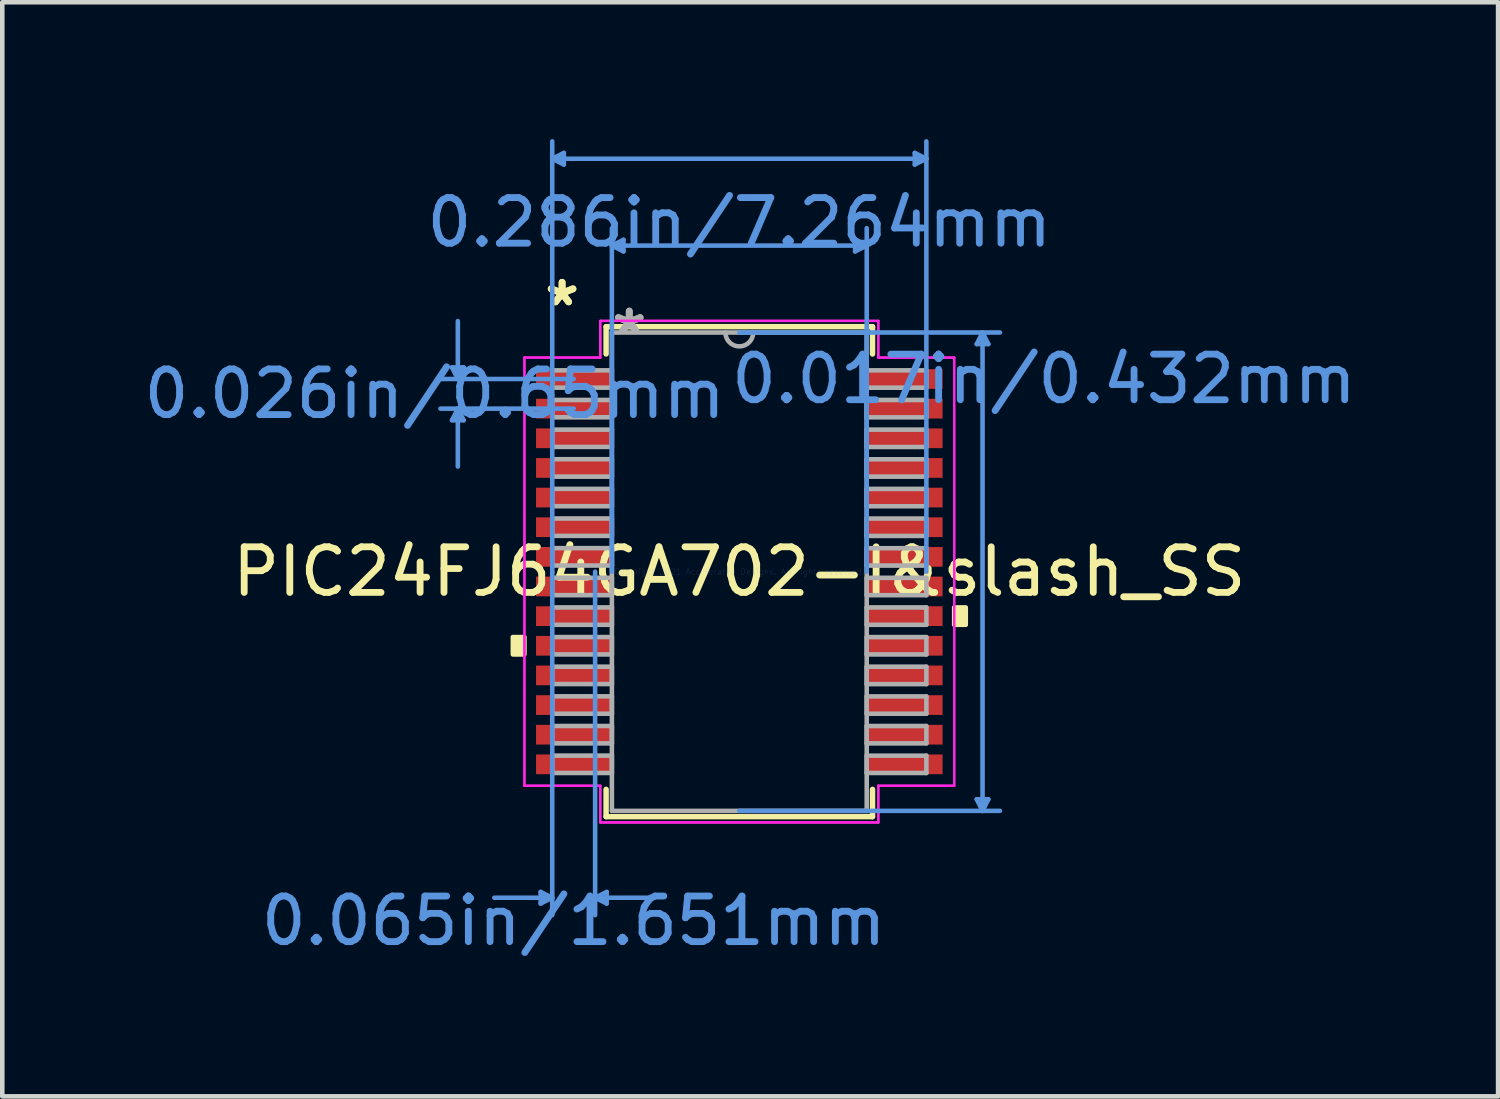
<source format=kicad_pcb>
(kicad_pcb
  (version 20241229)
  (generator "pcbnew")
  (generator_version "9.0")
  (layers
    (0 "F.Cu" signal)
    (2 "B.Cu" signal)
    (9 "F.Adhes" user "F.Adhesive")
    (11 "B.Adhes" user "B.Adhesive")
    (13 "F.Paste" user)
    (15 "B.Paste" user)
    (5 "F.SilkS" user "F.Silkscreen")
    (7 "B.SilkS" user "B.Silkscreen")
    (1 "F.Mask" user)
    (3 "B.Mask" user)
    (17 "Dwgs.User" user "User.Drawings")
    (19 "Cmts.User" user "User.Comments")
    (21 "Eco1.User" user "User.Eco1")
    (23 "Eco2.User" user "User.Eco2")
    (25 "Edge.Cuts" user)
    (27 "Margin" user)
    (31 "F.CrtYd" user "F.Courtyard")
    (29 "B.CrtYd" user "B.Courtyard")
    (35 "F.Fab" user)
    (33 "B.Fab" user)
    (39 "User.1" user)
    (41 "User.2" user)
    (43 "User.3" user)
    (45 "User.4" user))
  (footprint "PIC24FJ64GA702-I&slash_SS"
    (layer "F.Cu")
    (at 13.162 9.486)
    (property "Reference" "PIC24FJ64GA702-I&slash_SS" (at 0 0 0) (layer "F.SilkS") (effects (font (size 1 1) (thickness 0.15))))
    (attr through_hole)
    (fp_line (start -2.921 -5.372) (end -2.921 -4.774) (stroke (width 0.12) (type solid)) (layer "F.SilkS"))
    (fp_line (start -2.921 4.774) (end -2.921 5.372) (stroke (width 0.12) (type solid)) (layer "F.SilkS"))
    (fp_line (start -2.921 5.372) (end 2.921 5.372) (stroke (width 0.12) (type solid)) (layer "F.SilkS"))
    (fp_line (start 2.921 -5.372) (end -2.921 -5.372) (stroke (width 0.12) (type solid)) (layer "F.SilkS"))
    (fp_line (start 2.921 -4.774) (end 2.921 -5.372) (stroke (width 0.12) (type solid)) (layer "F.SilkS"))
    (fp_line (start 2.921 5.372) (end 2.921 4.774) (stroke (width 0.12) (type solid)) (layer "F.SilkS"))
    (fp_poly (pts (xy -4.966 1.434) (xy -4.966 1.815) (xy -4.712 1.815) (xy -4.712 1.434)) (stroke (width 0.1) (type solid)) (fill yes) (layer "F.SilkS"))
    (fp_poly (pts (xy 4.966 0.784) (xy 4.966 1.165) (xy 4.712 1.165) (xy 4.712 0.784)) (stroke (width 0.1) (type solid)) (fill yes) (layer "F.SilkS"))
    (fp_line (start -6.299 -4.479) (end -6.045 -4.479) (stroke (width 0.1) (type solid)) (layer "Cmts.User"))
    (fp_line (start -6.299 -3.321) (end -6.045 -3.321) (stroke (width 0.1) (type solid)) (layer "Cmts.User"))
    (fp_line (start -6.172 -4.225) (end -6.299 -4.479) (stroke (width 0.1) (type solid)) (layer "Cmts.User"))
    (fp_line (start -6.172 -4.225) (end -6.172 -5.495) (stroke (width 0.1) (type solid)) (layer "Cmts.User"))
    (fp_line (start -6.172 -4.225) (end -6.045 -4.479) (stroke (width 0.1) (type solid)) (layer "Cmts.User"))
    (fp_line (start -6.172 -3.575) (end -6.299 -3.321) (stroke (width 0.1) (type solid)) (layer "Cmts.User"))
    (fp_line (start -6.172 -3.575) (end -6.172 -2.305) (stroke (width 0.1) (type solid)) (layer "Cmts.User"))
    (fp_line (start -6.172 -3.575) (end -6.045 -3.321) (stroke (width 0.1) (type solid)) (layer "Cmts.User"))
    (fp_line (start -4.356 7.023) (end -4.356 7.277) (stroke (width 0.1) (type solid)) (layer "Cmts.User"))
    (fp_line (start -4.102 -9.055) (end -3.848 -9.182) (stroke (width 0.1) (type solid)) (layer "Cmts.User"))
    (fp_line (start -4.102 -9.055) (end -3.848 -8.928) (stroke (width 0.1) (type solid)) (layer "Cmts.User"))
    (fp_line (start -4.102 -9.055) (end 4.102 -9.055) (stroke (width 0.1) (type solid)) (layer "Cmts.User"))
    (fp_line (start -4.102 0) (end -4.102 -9.436) (stroke (width 0.1) (type solid)) (layer "Cmts.User"))
    (fp_line (start -4.102 0) (end -4.102 7.531) (stroke (width 0.1) (type solid)) (layer "Cmts.User"))
    (fp_line (start -4.102 7.15) (end -5.372 7.15) (stroke (width 0.1) (type solid)) (layer "Cmts.User"))
    (fp_line (start -4.102 7.15) (end -4.356 7.023) (stroke (width 0.1) (type solid)) (layer "Cmts.User"))
    (fp_line (start -4.102 7.15) (end -4.356 7.277) (stroke (width 0.1) (type solid)) (layer "Cmts.User"))
    (fp_line (start -3.848 -9.182) (end -3.848 -8.928) (stroke (width 0.1) (type solid)) (layer "Cmts.User"))
    (fp_line (start -3.632 -4.225) (end -6.553 -4.225) (stroke (width 0.1) (type solid)) (layer "Cmts.User"))
    (fp_line (start -3.632 -3.575) (end -6.553 -3.575) (stroke (width 0.1) (type solid)) (layer "Cmts.User"))
    (fp_line (start -3.162 0) (end -3.162 7.531) (stroke (width 0.1) (type solid)) (layer "Cmts.User"))
    (fp_line (start -3.162 7.15) (end -2.908 7.023) (stroke (width 0.1) (type solid)) (layer "Cmts.User"))
    (fp_line (start -3.162 7.15) (end -2.908 7.277) (stroke (width 0.1) (type solid)) (layer "Cmts.User"))
    (fp_line (start -3.162 7.15) (end -1.892 7.15) (stroke (width 0.1) (type solid)) (layer "Cmts.User"))
    (fp_line (start -2.908 7.023) (end -2.908 7.277) (stroke (width 0.1) (type solid)) (layer "Cmts.User"))
    (fp_line (start -2.794 -7.15) (end -2.54 -7.277) (stroke (width 0.1) (type solid)) (layer "Cmts.User"))
    (fp_line (start -2.794 -7.15) (end -2.54 -7.023) (stroke (width 0.1) (type solid)) (layer "Cmts.User"))
    (fp_line (start -2.794 -7.15) (end 2.794 -7.15) (stroke (width 0.1) (type solid)) (layer "Cmts.User"))
    (fp_line (start -2.794 0) (end -2.794 -7.531) (stroke (width 0.1) (type solid)) (layer "Cmts.User"))
    (fp_line (start -2.54 -7.277) (end -2.54 -7.023) (stroke (width 0.1) (type solid)) (layer "Cmts.User"))
    (fp_line (start 0 -5.245) (end 5.715 -5.245) (stroke (width 0.1) (type solid)) (layer "Cmts.User"))
    (fp_line (start 0 5.245) (end 5.715 5.245) (stroke (width 0.1) (type solid)) (layer "Cmts.User"))
    (fp_line (start 2.54 -7.277) (end 2.54 -7.023) (stroke (width 0.1) (type solid)) (layer "Cmts.User"))
    (fp_line (start 2.794 -7.15) (end 2.54 -7.277) (stroke (width 0.1) (type solid)) (layer "Cmts.User"))
    (fp_line (start 2.794 -7.15) (end 2.54 -7.023) (stroke (width 0.1) (type solid)) (layer "Cmts.User"))
    (fp_line (start 2.794 0) (end 2.794 -7.531) (stroke (width 0.1) (type solid)) (layer "Cmts.User"))
    (fp_line (start 3.848 -9.182) (end 3.848 -8.928) (stroke (width 0.1) (type solid)) (layer "Cmts.User"))
    (fp_line (start 4.102 -9.055) (end 3.848 -9.182) (stroke (width 0.1) (type solid)) (layer "Cmts.User"))
    (fp_line (start 4.102 -9.055) (end 3.848 -8.928) (stroke (width 0.1) (type solid)) (layer "Cmts.User"))
    (fp_line (start 4.102 0) (end 4.102 -9.436) (stroke (width 0.1) (type solid)) (layer "Cmts.User"))
    (fp_line (start 5.207 -4.991) (end 5.461 -4.991) (stroke (width 0.1) (type solid)) (layer "Cmts.User"))
    (fp_line (start 5.207 4.991) (end 5.461 4.991) (stroke (width 0.1) (type solid)) (layer "Cmts.User"))
    (fp_line (start 5.334 -5.245) (end 5.207 -4.991) (stroke (width 0.1) (type solid)) (layer "Cmts.User"))
    (fp_line (start 5.334 -5.245) (end 5.334 5.245) (stroke (width 0.1) (type solid)) (layer "Cmts.User"))
    (fp_line (start 5.334 -5.245) (end 5.461 -4.991) (stroke (width 0.1) (type solid)) (layer "Cmts.User"))
    (fp_line (start 5.334 5.245) (end 5.207 4.991) (stroke (width 0.1) (type solid)) (layer "Cmts.User"))
    (fp_line (start 5.334 5.245) (end 5.461 4.991) (stroke (width 0.1) (type solid)) (layer "Cmts.User"))
    (fp_line (start -4.712 -4.695) (end -3.048 -4.695) (stroke (width 0.05) (type solid)) (layer "F.CrtYd"))
    (fp_line (start -4.712 -4.695) (end -3.048 -4.695) (stroke (width 0.05) (type solid)) (layer "F.CrtYd"))
    (fp_line (start -4.712 4.695) (end -4.712 -4.695) (stroke (width 0.05) (type solid)) (layer "F.CrtYd"))
    (fp_line (start -4.712 4.695) (end -4.712 -4.695) (stroke (width 0.05) (type solid)) (layer "F.CrtYd"))
    (fp_line (start -4.712 4.695) (end -3.048 4.695) (stroke (width 0.05) (type solid)) (layer "F.CrtYd"))
    (fp_line (start -3.048 -5.499) (end 3.048 -5.499) (stroke (width 0.05) (type solid)) (layer "F.CrtYd"))
    (fp_line (start -3.048 -5.499) (end 3.048 -5.499) (stroke (width 0.05) (type solid)) (layer "F.CrtYd"))
    (fp_line (start -3.048 -4.695) (end -3.048 -5.499) (stroke (width 0.05) (type solid)) (layer "F.CrtYd"))
    (fp_line (start -3.048 -4.695) (end -3.048 -5.499) (stroke (width 0.05) (type solid)) (layer "F.CrtYd"))
    (fp_line (start -3.048 4.695) (end -4.712 4.695) (stroke (width 0.05) (type solid)) (layer "F.CrtYd"))
    (fp_line (start -3.048 5.499) (end -3.048 4.695) (stroke (width 0.05) (type solid)) (layer "F.CrtYd"))
    (fp_line (start -3.048 5.499) (end -3.048 4.695) (stroke (width 0.05) (type solid)) (layer "F.CrtYd"))
    (fp_line (start 3.048 -5.499) (end 3.048 -4.695) (stroke (width 0.05) (type solid)) (layer "F.CrtYd"))
    (fp_line (start 3.048 -5.499) (end 3.048 -4.695) (stroke (width 0.05) (type solid)) (layer "F.CrtYd"))
    (fp_line (start 3.048 -4.695) (end 4.712 -4.695) (stroke (width 0.05) (type solid)) (layer "F.CrtYd"))
    (fp_line (start 3.048 4.695) (end 3.048 5.499) (stroke (width 0.05) (type solid)) (layer "F.CrtYd"))
    (fp_line (start 3.048 4.695) (end 3.048 5.499) (stroke (width 0.05) (type solid)) (layer "F.CrtYd"))
    (fp_line (start 3.048 5.499) (end -3.048 5.499) (stroke (width 0.05) (type solid)) (layer "F.CrtYd"))
    (fp_line (start 3.048 5.499) (end -3.048 5.499) (stroke (width 0.05) (type solid)) (layer "F.CrtYd"))
    (fp_line (start 4.712 -4.695) (end 3.048 -4.695) (stroke (width 0.05) (type solid)) (layer "F.CrtYd"))
    (fp_line (start 4.712 -4.695) (end 4.712 4.695) (stroke (width 0.05) (type solid)) (layer "F.CrtYd"))
    (fp_line (start 4.712 -4.695) (end 4.712 4.695) (stroke (width 0.05) (type solid)) (layer "F.CrtYd"))
    (fp_line (start 4.712 4.695) (end 3.048 4.695) (stroke (width 0.05) (type solid)) (layer "F.CrtYd"))
    (fp_line (start 4.712 4.695) (end 3.048 4.695) (stroke (width 0.05) (type solid)) (layer "F.CrtYd"))
    (fp_line (start -4.102 -4.415) (end -4.102 -4.035) (stroke (width 0.1) (type solid)) (layer "F.Fab"))
    (fp_line (start -4.102 -4.035) (end -2.794 -4.035) (stroke (width 0.1) (type solid)) (layer "F.Fab"))
    (fp_line (start -4.102 -3.765) (end -4.102 -3.385) (stroke (width 0.1) (type solid)) (layer "F.Fab"))
    (fp_line (start -4.102 -3.385) (end -2.794 -3.385) (stroke (width 0.1) (type solid)) (layer "F.Fab"))
    (fp_line (start -4.102 -3.115) (end -4.102 -2.735) (stroke (width 0.1) (type solid)) (layer "F.Fab"))
    (fp_line (start -4.102 -2.735) (end -2.794 -2.735) (stroke (width 0.1) (type solid)) (layer "F.Fab"))
    (fp_line (start -4.102 -2.466) (end -4.102 -2.084) (stroke (width 0.1) (type solid)) (layer "F.Fab"))
    (fp_line (start -4.102 -2.084) (end -2.794 -2.084) (stroke (width 0.1) (type solid)) (layer "F.Fab"))
    (fp_line (start -4.102 -1.816) (end -4.102 -1.435) (stroke (width 0.1) (type solid)) (layer "F.Fab"))
    (fp_line (start -4.102 -1.435) (end -2.794 -1.435) (stroke (width 0.1) (type solid)) (layer "F.Fab"))
    (fp_line (start -4.102 -1.166) (end -4.102 -0.785) (stroke (width 0.1) (type solid)) (layer "F.Fab"))
    (fp_line (start -4.102 -0.785) (end -2.794 -0.785) (stroke (width 0.1) (type solid)) (layer "F.Fab"))
    (fp_line (start -4.102 -0.516) (end -4.102 -0.135) (stroke (width 0.1) (type solid)) (layer "F.Fab"))
    (fp_line (start -4.102 -0.135) (end -2.794 -0.135) (stroke (width 0.1) (type solid)) (layer "F.Fab"))
    (fp_line (start -4.102 0.134) (end -4.102 0.515) (stroke (width 0.1) (type solid)) (layer "F.Fab"))
    (fp_line (start -4.102 0.515) (end -2.794 0.515) (stroke (width 0.1) (type solid)) (layer "F.Fab"))
    (fp_line (start -4.102 0.784) (end -4.102 1.165) (stroke (width 0.1) (type solid)) (layer "F.Fab"))
    (fp_line (start -4.102 1.165) (end -2.794 1.165) (stroke (width 0.1) (type solid)) (layer "F.Fab"))
    (fp_line (start -4.102 1.434) (end -4.102 1.815) (stroke (width 0.1) (type solid)) (layer "F.Fab"))
    (fp_line (start -4.102 1.815) (end -2.794 1.815) (stroke (width 0.1) (type solid)) (layer "F.Fab"))
    (fp_line (start -4.102 2.084) (end -4.102 2.465) (stroke (width 0.1) (type solid)) (layer "F.Fab"))
    (fp_line (start -4.102 2.465) (end -2.794 2.465) (stroke (width 0.1) (type solid)) (layer "F.Fab"))
    (fp_line (start -4.102 2.734) (end -4.102 3.115) (stroke (width 0.1) (type solid)) (layer "F.Fab"))
    (fp_line (start -4.102 3.115) (end -2.794 3.115) (stroke (width 0.1) (type solid)) (layer "F.Fab"))
    (fp_line (start -4.102 3.384) (end -4.102 3.765) (stroke (width 0.1) (type solid)) (layer "F.Fab"))
    (fp_line (start -4.102 3.765) (end -2.794 3.765) (stroke (width 0.1) (type solid)) (layer "F.Fab"))
    (fp_line (start -4.102 4.034) (end -4.102 4.415) (stroke (width 0.1) (type solid)) (layer "F.Fab"))
    (fp_line (start -4.102 4.415) (end -2.794 4.415) (stroke (width 0.1) (type solid)) (layer "F.Fab"))
    (fp_line (start -2.794 -5.245) (end -2.794 5.245) (stroke (width 0.1) (type solid)) (layer "F.Fab"))
    (fp_line (start -2.794 -4.415) (end -4.102 -4.415) (stroke (width 0.1) (type solid)) (layer "F.Fab"))
    (fp_line (start -2.794 -4.035) (end -2.794 -4.415) (stroke (width 0.1) (type solid)) (layer "F.Fab"))
    (fp_line (start -2.794 -3.765) (end -4.102 -3.765) (stroke (width 0.1) (type solid)) (layer "F.Fab"))
    (fp_line (start -2.794 -3.385) (end -2.794 -3.765) (stroke (width 0.1) (type solid)) (layer "F.Fab"))
    (fp_line (start -2.794 -3.115) (end -4.102 -3.115) (stroke (width 0.1) (type solid)) (layer "F.Fab"))
    (fp_line (start -2.794 -2.735) (end -2.794 -3.115) (stroke (width 0.1) (type solid)) (layer "F.Fab"))
    (fp_line (start -2.794 -2.466) (end -4.102 -2.466) (stroke (width 0.1) (type solid)) (layer "F.Fab"))
    (fp_line (start -2.794 -2.084) (end -2.794 -2.466) (stroke (width 0.1) (type solid)) (layer "F.Fab"))
    (fp_line (start -2.794 -1.816) (end -4.102 -1.816) (stroke (width 0.1) (type solid)) (layer "F.Fab"))
    (fp_line (start -2.794 -1.435) (end -2.794 -1.816) (stroke (width 0.1) (type solid)) (layer "F.Fab"))
    (fp_line (start -2.794 -1.166) (end -4.102 -1.166) (stroke (width 0.1) (type solid)) (layer "F.Fab"))
    (fp_line (start -2.794 -0.785) (end -2.794 -1.166) (stroke (width 0.1) (type solid)) (layer "F.Fab"))
    (fp_line (start -2.794 -0.516) (end -4.102 -0.516) (stroke (width 0.1) (type solid)) (layer "F.Fab"))
    (fp_line (start -2.794 -0.135) (end -2.794 -0.516) (stroke (width 0.1) (type solid)) (layer "F.Fab"))
    (fp_line (start -2.794 0.134) (end -4.102 0.134) (stroke (width 0.1) (type solid)) (layer "F.Fab"))
    (fp_line (start -2.794 0.515) (end -2.794 0.134) (stroke (width 0.1) (type solid)) (layer "F.Fab"))
    (fp_line (start -2.794 0.784) (end -4.102 0.784) (stroke (width 0.1) (type solid)) (layer "F.Fab"))
    (fp_line (start -2.794 1.165) (end -2.794 0.784) (stroke (width 0.1) (type solid)) (layer "F.Fab"))
    (fp_line (start -2.794 1.434) (end -4.102 1.434) (stroke (width 0.1) (type solid)) (layer "F.Fab"))
    (fp_line (start -2.794 1.815) (end -2.794 1.434) (stroke (width 0.1) (type solid)) (layer "F.Fab"))
    (fp_line (start -2.794 2.084) (end -4.102 2.084) (stroke (width 0.1) (type solid)) (layer "F.Fab"))
    (fp_line (start -2.794 2.465) (end -2.794 2.084) (stroke (width 0.1) (type solid)) (layer "F.Fab"))
    (fp_line (start -2.794 2.734) (end -4.102 2.734) (stroke (width 0.1) (type solid)) (layer "F.Fab"))
    (fp_line (start -2.794 3.115) (end -2.794 2.734) (stroke (width 0.1) (type solid)) (layer "F.Fab"))
    (fp_line (start -2.794 3.384) (end -4.102 3.384) (stroke (width 0.1) (type solid)) (layer "F.Fab"))
    (fp_line (start -2.794 3.765) (end -2.794 3.384) (stroke (width 0.1) (type solid)) (layer "F.Fab"))
    (fp_line (start -2.794 4.034) (end -4.102 4.034) (stroke (width 0.1) (type solid)) (layer "F.Fab"))
    (fp_line (start -2.794 4.415) (end -2.794 4.034) (stroke (width 0.1) (type solid)) (layer "F.Fab"))
    (fp_line (start -2.794 5.245) (end 2.794 5.245) (stroke (width 0.1) (type solid)) (layer "F.Fab"))
    (fp_line (start 2.794 -5.245) (end -2.794 -5.245) (stroke (width 0.1) (type solid)) (layer "F.Fab"))
    (fp_line (start 2.794 -4.415) (end 2.794 -4.034) (stroke (width 0.1) (type solid)) (layer "F.Fab"))
    (fp_line (start 2.794 -4.034) (end 4.102 -4.034) (stroke (width 0.1) (type solid)) (layer "F.Fab"))
    (fp_line (start 2.794 -3.765) (end 2.794 -3.384) (stroke (width 0.1) (type solid)) (layer "F.Fab"))
    (fp_line (start 2.794 -3.384) (end 4.102 -3.384) (stroke (width 0.1) (type solid)) (layer "F.Fab"))
    (fp_line (start 2.794 -3.115) (end 2.794 -2.734) (stroke (width 0.1) (type solid)) (layer "F.Fab"))
    (fp_line (start 2.794 -2.734) (end 4.102 -2.734) (stroke (width 0.1) (type solid)) (layer "F.Fab"))
    (fp_line (start 2.794 -2.465) (end 2.794 -2.084) (stroke (width 0.1) (type solid)) (layer "F.Fab"))
    (fp_line (start 2.794 -2.084) (end 4.102 -2.084) (stroke (width 0.1) (type solid)) (layer "F.Fab"))
    (fp_line (start 2.794 -1.815) (end 2.794 -1.434) (stroke (width 0.1) (type solid)) (layer "F.Fab"))
    (fp_line (start 2.794 -1.434) (end 4.102 -1.434) (stroke (width 0.1) (type solid)) (layer "F.Fab"))
    (fp_line (start 2.794 -1.165) (end 2.794 -0.784) (stroke (width 0.1) (type solid)) (layer "F.Fab"))
    (fp_line (start 2.794 -0.784) (end 4.102 -0.784) (stroke (width 0.1) (type solid)) (layer "F.Fab"))
    (fp_line (start 2.794 -0.515) (end 2.794 -0.134) (stroke (width 0.1) (type solid)) (layer "F.Fab"))
    (fp_line (start 2.794 -0.134) (end 4.102 -0.134) (stroke (width 0.1) (type solid)) (layer "F.Fab"))
    (fp_line (start 2.794 0.135) (end 2.794 0.516) (stroke (width 0.1) (type solid)) (layer "F.Fab"))
    (fp_line (start 2.794 0.516) (end 4.102 0.516) (stroke (width 0.1) (type solid)) (layer "F.Fab"))
    (fp_line (start 2.794 0.784) (end 2.794 1.165) (stroke (width 0.1) (type solid)) (layer "F.Fab"))
    (fp_line (start 2.794 1.165) (end 4.102 1.165) (stroke (width 0.1) (type solid)) (layer "F.Fab"))
    (fp_line (start 2.794 1.435) (end 2.794 1.815) (stroke (width 0.1) (type solid)) (layer "F.Fab"))
    (fp_line (start 2.794 1.815) (end 4.102 1.815) (stroke (width 0.1) (type solid)) (layer "F.Fab"))
    (fp_line (start 2.794 2.084) (end 2.794 2.466) (stroke (width 0.1) (type solid)) (layer "F.Fab"))
    (fp_line (start 2.794 2.466) (end 4.102 2.466) (stroke (width 0.1) (type solid)) (layer "F.Fab"))
    (fp_line (start 2.794 2.735) (end 2.794 3.115) (stroke (width 0.1) (type solid)) (layer "F.Fab"))
    (fp_line (start 2.794 3.115) (end 4.102 3.115) (stroke (width 0.1) (type solid)) (layer "F.Fab"))
    (fp_line (start 2.794 3.385) (end 2.794 3.765) (stroke (width 0.1) (type solid)) (layer "F.Fab"))
    (fp_line (start 2.794 3.765) (end 4.102 3.765) (stroke (width 0.1) (type solid)) (layer "F.Fab"))
    (fp_line (start 2.794 4.035) (end 2.794 4.415) (stroke (width 0.1) (type solid)) (layer "F.Fab"))
    (fp_line (start 2.794 4.415) (end 4.102 4.415) (stroke (width 0.1) (type solid)) (layer "F.Fab"))
    (fp_line (start 2.794 5.245) (end 2.794 -5.245) (stroke (width 0.1) (type solid)) (layer "F.Fab"))
    (fp_line (start 4.102 -4.415) (end 2.794 -4.415) (stroke (width 0.1) (type solid)) (layer "F.Fab"))
    (fp_line (start 4.102 -4.034) (end 4.102 -4.415) (stroke (width 0.1) (type solid)) (layer "F.Fab"))
    (fp_line (start 4.102 -3.765) (end 2.794 -3.765) (stroke (width 0.1) (type solid)) (layer "F.Fab"))
    (fp_line (start 4.102 -3.384) (end 4.102 -3.765) (stroke (width 0.1) (type solid)) (layer "F.Fab"))
    (fp_line (start 4.102 -3.115) (end 2.794 -3.115) (stroke (width 0.1) (type solid)) (layer "F.Fab"))
    (fp_line (start 4.102 -2.734) (end 4.102 -3.115) (stroke (width 0.1) (type solid)) (layer "F.Fab"))
    (fp_line (start 4.102 -2.465) (end 2.794 -2.465) (stroke (width 0.1) (type solid)) (layer "F.Fab"))
    (fp_line (start 4.102 -2.084) (end 4.102 -2.465) (stroke (width 0.1) (type solid)) (layer "F.Fab"))
    (fp_line (start 4.102 -1.815) (end 2.794 -1.815) (stroke (width 0.1) (type solid)) (layer "F.Fab"))
    (fp_line (start 4.102 -1.434) (end 4.102 -1.815) (stroke (width 0.1) (type solid)) (layer "F.Fab"))
    (fp_line (start 4.102 -1.165) (end 2.794 -1.165) (stroke (width 0.1) (type solid)) (layer "F.Fab"))
    (fp_line (start 4.102 -0.784) (end 4.102 -1.165) (stroke (width 0.1) (type solid)) (layer "F.Fab"))
    (fp_line (start 4.102 -0.515) (end 2.794 -0.515) (stroke (width 0.1) (type solid)) (layer "F.Fab"))
    (fp_line (start 4.102 -0.134) (end 4.102 -0.515) (stroke (width 0.1) (type solid)) (layer "F.Fab"))
    (fp_line (start 4.102 0.135) (end 2.794 0.135) (stroke (width 0.1) (type solid)) (layer "F.Fab"))
    (fp_line (start 4.102 0.516) (end 4.102 0.135) (stroke (width 0.1) (type solid)) (layer "F.Fab"))
    (fp_line (start 4.102 0.784) (end 2.794 0.784) (stroke (width 0.1) (type solid)) (layer "F.Fab"))
    (fp_line (start 4.102 1.165) (end 4.102 0.784) (stroke (width 0.1) (type solid)) (layer "F.Fab"))
    (fp_line (start 4.102 1.435) (end 2.794 1.435) (stroke (width 0.1) (type solid)) (layer "F.Fab"))
    (fp_line (start 4.102 1.815) (end 4.102 1.435) (stroke (width 0.1) (type solid)) (layer "F.Fab"))
    (fp_line (start 4.102 2.084) (end 2.794 2.084) (stroke (width 0.1) (type solid)) (layer "F.Fab"))
    (fp_line (start 4.102 2.466) (end 4.102 2.084) (stroke (width 0.1) (type solid)) (layer "F.Fab"))
    (fp_line (start 4.102 2.735) (end 2.794 2.735) (stroke (width 0.1) (type solid)) (layer "F.Fab"))
    (fp_line (start 4.102 3.115) (end 4.102 2.735) (stroke (width 0.1) (type solid)) (layer "F.Fab"))
    (fp_line (start 4.102 3.385) (end 2.794 3.385) (stroke (width 0.1) (type solid)) (layer "F.Fab"))
    (fp_line (start 4.102 3.765) (end 4.102 3.385) (stroke (width 0.1) (type solid)) (layer "F.Fab"))
    (fp_line (start 4.102 4.035) (end 2.794 4.035) (stroke (width 0.1) (type solid)) (layer "F.Fab"))
    (fp_line (start 4.102 4.415) (end 4.102 4.035) (stroke (width 0.1) (type solid)) (layer "F.Fab"))
    (fp_arc (start 0.3048 -5.2451) (mid 0 -4.9403) (end -0.3048 -5.2451) (stroke (width 0.1) (type solid)) (layer "F.Fab"))
    (fp_text user "*" (at -3.886 -5.8 0) (layer "F.SilkS") (effects (font (size 1 1) (thickness 0.15))))
    (fp_text user "*" (at -3.886 -5.8 0) (layer "F.SilkS") (effects (font (size 1 1) (thickness 0.15))))
    (fp_text user "Copyright 2021 Accelerated Designs. All rights reserved." (at 0 0 0) (layer "Cmts.User") (effects (font (size 0.127 0.127) (thickness 0.002))))
    (fp_text user "0.286in/7.264mm" (at 0 -7.658 0) (layer "Cmts.User") (effects (font (size 1 1) (thickness 0.15))))
    (fp_text user "0.017in/0.432mm" (at 6.68 -4.225 0) (layer "Cmts.User") (effects (font (size 1 1) (thickness 0.15))))
    (fp_text user "0.026in/0.65mm" (at -6.68 -3.9 0) (layer "Cmts.User") (effects (font (size 1 1) (thickness 0.15))))
    (fp_text user "0.065in/1.651mm" (at -3.632 7.658 0) (layer "Cmts.User") (effects (font (size 1 1) (thickness 0.15))))
    (fp_text user "*" (at -2.413 -5.169 0) (layer "F.Fab") (effects (font (size 1 1) (thickness 0.15))))
    (fp_text user "*" (at -2.413 -5.169 0) (layer "F.Fab") (effects (font (size 1 1) (thickness 0.15))))
    (pad "1" smd rect (at -3.632 -4.225) (size 1.651 0.432) (layers "F.Cu" "F.Mask" "F.Paste"))
    (pad "2" smd rect (at -3.632 -3.575) (size 1.651 0.432) (layers "F.Cu" "F.Mask" "F.Paste"))
    (pad "3" smd rect (at -3.632 -2.925) (size 1.651 0.432) (layers "F.Cu" "F.Mask" "F.Paste"))
    (pad "4" smd rect (at -3.632 -2.275) (size 1.651 0.432) (layers "F.Cu" "F.Mask" "F.Paste"))
    (pad "5" smd rect (at -3.632 -1.625) (size 1.651 0.432) (layers "F.Cu" "F.Mask" "F.Paste"))
    (pad "6" smd rect (at -3.632 -0.975) (size 1.651 0.432) (layers "F.Cu" "F.Mask" "F.Paste"))
    (pad "7" smd rect (at -3.632 -0.325) (size 1.651 0.432) (layers "F.Cu" "F.Mask" "F.Paste"))
    (pad "8" smd rect (at -3.632 0.325) (size 1.651 0.432) (layers "F.Cu" "F.Mask" "F.Paste"))
    (pad "9" smd rect (at -3.632 0.975) (size 1.651 0.432) (layers "F.Cu" "F.Mask" "F.Paste"))
    (pad "10" smd rect (at -3.632 1.625) (size 1.651 0.432) (layers "F.Cu" "F.Mask" "F.Paste"))
    (pad "11" smd rect (at -3.632 2.275) (size 1.651 0.432) (layers "F.Cu" "F.Mask" "F.Paste"))
    (pad "12" smd rect (at -3.632 2.925) (size 1.651 0.432) (layers "F.Cu" "F.Mask" "F.Paste"))
    (pad "13" smd rect (at -3.632 3.575) (size 1.651 0.432) (layers "F.Cu" "F.Mask" "F.Paste"))
    (pad "14" smd rect (at -3.632 4.225) (size 1.651 0.432) (layers "F.Cu" "F.Mask" "F.Paste"))
    (pad "15" smd rect (at 3.632 4.225) (size 1.651 0.432) (layers "F.Cu" "F.Mask" "F.Paste"))
    (pad "16" smd rect (at 3.632 3.575) (size 1.651 0.432) (layers "F.Cu" "F.Mask" "F.Paste"))
    (pad "17" smd rect (at 3.632 2.925) (size 1.651 0.432) (layers "F.Cu" "F.Mask" "F.Paste"))
    (pad "18" smd rect (at 3.632 2.275) (size 1.651 0.432) (layers "F.Cu" "F.Mask" "F.Paste"))
    (pad "19" smd rect (at 3.632 1.625) (size 1.651 0.432) (layers "F.Cu" "F.Mask" "F.Paste"))
    (pad "20" smd rect (at 3.632 0.975) (size 1.651 0.432) (layers "F.Cu" "F.Mask" "F.Paste"))
    (pad "21" smd rect (at 3.632 0.325) (size 1.651 0.432) (layers "F.Cu" "F.Mask" "F.Paste"))
    (pad "22" smd rect (at 3.632 -0.325) (size 1.651 0.432) (layers "F.Cu" "F.Mask" "F.Paste"))
    (pad "23" smd rect (at 3.632 -0.975) (size 1.651 0.432) (layers "F.Cu" "F.Mask" "F.Paste"))
    (pad "24" smd rect (at 3.632 -1.625) (size 1.651 0.432) (layers "F.Cu" "F.Mask" "F.Paste"))
    (pad "25" smd rect (at 3.632 -2.275) (size 1.651 0.432) (layers "F.Cu" "F.Mask" "F.Paste"))
    (pad "26" smd rect (at 3.632 -2.925) (size 1.651 0.432) (layers "F.Cu" "F.Mask" "F.Paste"))
    (pad "27" smd rect (at 3.632 -3.575) (size 1.651 0.432) (layers "F.Cu" "F.Mask" "F.Paste"))
    (pad "28" smd rect (at 3.632 -4.225) (size 1.651 0.432) (layers "F.Cu" "F.Mask" "F.Paste")))
  (gr_rect
    (start -3 -3)
    (end 29.801 20.992)
    (stroke (width 0.1) (type default))
    (fill no)
    (layer "Edge.Cuts")))
</source>
